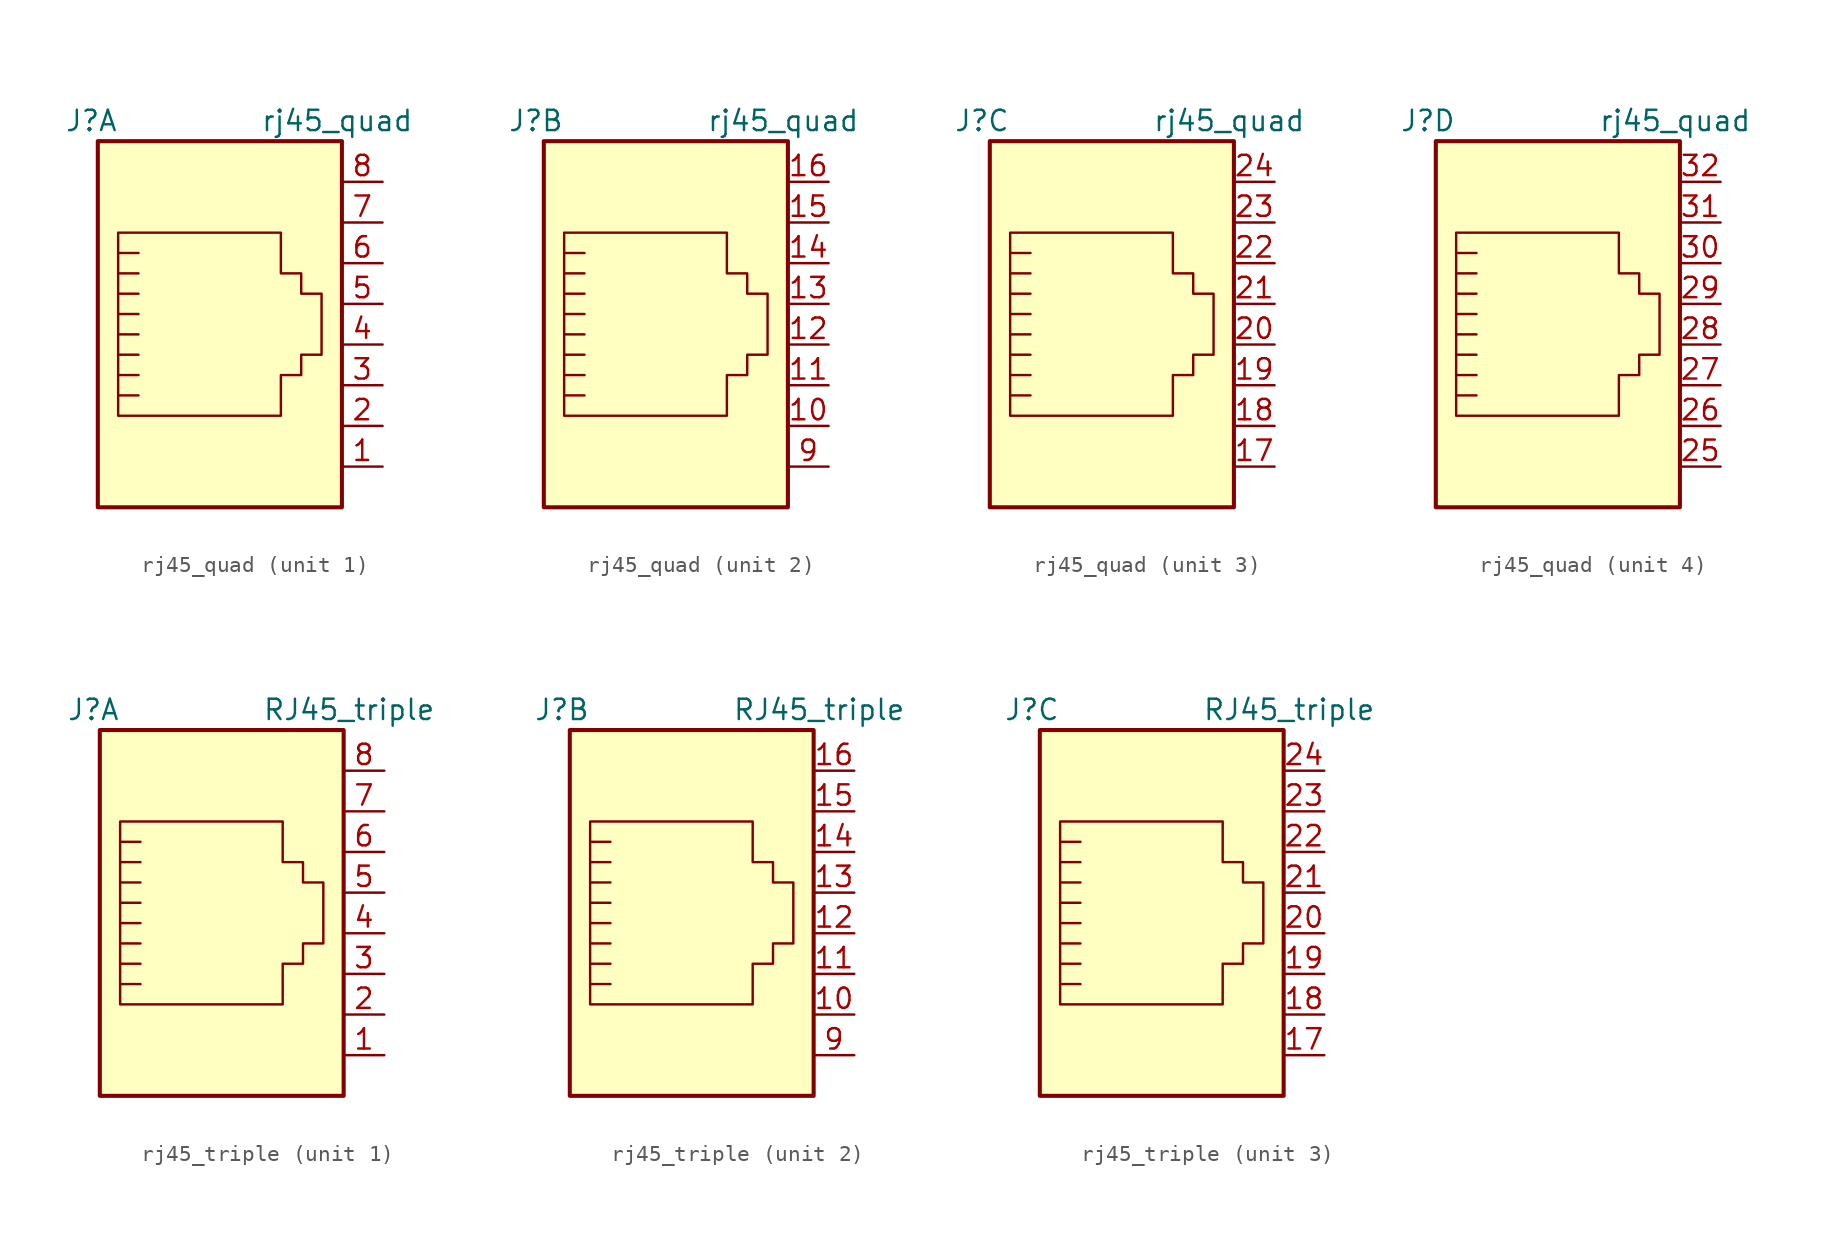
<source format=kicad_sym>
(kicad_symbol_lib
  (version 20220914)
  (generator kicad_symbol_editor)
  (symbol "rj45_quad"
    (pin_names
      (offset 1.016))
    (property "Reference" "J"
      (at -6.35 13.97 0)
      (effects (font (size 1.27 1.27)) (justify right)))
    (property "Value" "rj45_quad"
      (at 2.54 13.97 0)
      (effects (font (size 1.27 1.27)) (justify left)))
    (symbol "rj45_quad_0_1"
      (rectangle (start -7.62 12.7) (end 7.62 -10.16) (stroke (width 0.254) (type default)) (fill (type background)))
      (polyline (pts (xy -5.08 4.445) (xy -6.35 4.445)) (stroke (width 0) (type default)) (fill (type none)))
      (polyline (pts (xy -5.08 5.715) (xy -6.35 5.715)) (stroke (width 0) (type default)) (fill (type none)))
      (polyline (pts (xy -6.35 -3.175) (xy -5.08 -3.175) (xy -5.08 -3.175)) (stroke (width 0) (type default)) (fill (type none)))
      (polyline (pts (xy -6.35 -1.905) (xy -5.08 -1.905) (xy -5.08 -1.905)) (stroke (width 0) (type default)) (fill (type none)))
      (polyline (pts (xy -6.35 -0.635) (xy -5.08 -0.635) (xy -5.08 -0.635)) (stroke (width 0) (type default)) (fill (type none)))
      (polyline (pts (xy -6.35 0.635) (xy -5.08 0.635) (xy -5.08 0.635)) (stroke (width 0) (type default)) (fill (type none)))
      (polyline (pts (xy -6.35 1.905) (xy -5.08 1.905) (xy -5.08 1.905)) (stroke (width 0) (type default)) (fill (type none)))
      (polyline (pts (xy -5.08 3.175) (xy -6.35 3.175) (xy -6.35 3.175)) (stroke (width 0) (type default)) (fill (type none)))
      (polyline (pts (xy -6.35 -4.445) (xy -6.35 6.985) (xy 3.81 6.985) (xy 3.81 4.445) (xy 5.08 4.445) (xy 5.08 3.175) (xy 6.35 3.175) (xy 6.35 -0.635) (xy 5.08 -0.635) (xy 5.08 -1.905) (xy 3.81 -1.905) (xy 3.81 -4.445) (xy -6.35 -4.445) (xy -6.35 -4.445)) (stroke (width 0) (type default)) (fill (type none))))
    (symbol "rj45_quad_1_1"
      (pin passive line (at 10.16 -7.62 180) (length 2.54) (name "~" (effects (font (size 1.27 1.27)))) (number "1" (effects (font (size 1.27 1.27)))))
      (pin passive line (at 10.16 -5.08 180) (length 2.54) (name "~" (effects (font (size 1.27 1.27)))) (number "2" (effects (font (size 1.27 1.27)))))
      (pin passive line (at 10.16 -2.54 180) (length 2.54) (name "~" (effects (font (size 1.27 1.27)))) (number "3" (effects (font (size 1.27 1.27)))))
      (pin passive line (at 10.16 0 180) (length 2.54) (name "~" (effects (font (size 1.27 1.27)))) (number "4" (effects (font (size 1.27 1.27)))))
      (pin passive line (at 10.16 2.54 180) (length 2.54) (name "~" (effects (font (size 1.27 1.27)))) (number "5" (effects (font (size 1.27 1.27)))))
      (pin passive line (at 10.16 5.08 180) (length 2.54) (name "~" (effects (font (size 1.27 1.27)))) (number "6" (effects (font (size 1.27 1.27)))))
      (pin passive line (at 10.16 7.62 180) (length 2.54) (name "~" (effects (font (size 1.27 1.27)))) (number "7" (effects (font (size 1.27 1.27)))))
      (pin passive line (at 10.16 10.16 180) (length 2.54) (name "~" (effects (font (size 1.27 1.27)))) (number "8" (effects (font (size 1.27 1.27))))))
    (symbol "rj45_quad_2_1"
      (pin passive line (at 10.16 -5.08 180) (length 2.54) (name "~" (effects (font (size 1.27 1.27)))) (number "10" (effects (font (size 1.27 1.27)))))
      (pin passive line (at 10.16 -2.54 180) (length 2.54) (name "~" (effects (font (size 1.27 1.27)))) (number "11" (effects (font (size 1.27 1.27)))))
      (pin passive line (at 10.16 0 180) (length 2.54) (name "~" (effects (font (size 1.27 1.27)))) (number "12" (effects (font (size 1.27 1.27)))))
      (pin passive line (at 10.16 2.54 180) (length 2.54) (name "~" (effects (font (size 1.27 1.27)))) (number "13" (effects (font (size 1.27 1.27)))))
      (pin passive line (at 10.16 5.08 180) (length 2.54) (name "~" (effects (font (size 1.27 1.27)))) (number "14" (effects (font (size 1.27 1.27)))))
      (pin passive line (at 10.16 7.62 180) (length 2.54) (name "~" (effects (font (size 1.27 1.27)))) (number "15" (effects (font (size 1.27 1.27)))))
      (pin passive line (at 10.16 10.16 180) (length 2.54) (name "~" (effects (font (size 1.27 1.27)))) (number "16" (effects (font (size 1.27 1.27)))))
      (pin passive line (at 10.16 -7.62 180) (length 2.54) (name "~" (effects (font (size 1.27 1.27)))) (number "9" (effects (font (size 1.27 1.27))))))
    (symbol "rj45_quad_3_1"
      (pin passive line (at 10.16 -7.62 180) (length 2.54) (name "~" (effects (font (size 1.27 1.27)))) (number "17" (effects (font (size 1.27 1.27)))))
      (pin passive line (at 10.16 -5.08 180) (length 2.54) (name "~" (effects (font (size 1.27 1.27)))) (number "18" (effects (font (size 1.27 1.27)))))
      (pin passive line (at 10.16 -2.54 180) (length 2.54) (name "~" (effects (font (size 1.27 1.27)))) (number "19" (effects (font (size 1.27 1.27)))))
      (pin passive line (at 10.16 0 180) (length 2.54) (name "~" (effects (font (size 1.27 1.27)))) (number "20" (effects (font (size 1.27 1.27)))))
      (pin passive line (at 10.16 2.54 180) (length 2.54) (name "~" (effects (font (size 1.27 1.27)))) (number "21" (effects (font (size 1.27 1.27)))))
      (pin passive line (at 10.16 5.08 180) (length 2.54) (name "~" (effects (font (size 1.27 1.27)))) (number "22" (effects (font (size 1.27 1.27)))))
      (pin passive line (at 10.16 7.62 180) (length 2.54) (name "~" (effects (font (size 1.27 1.27)))) (number "23" (effects (font (size 1.27 1.27)))))
      (pin passive line (at 10.16 10.16 180) (length 2.54) (name "~" (effects (font (size 1.27 1.27)))) (number "24" (effects (font (size 1.27 1.27))))))
    (symbol "rj45_quad_4_1"
      (pin passive line (at 10.16 -7.62 180) (length 2.54) (name "~" (effects (font (size 1.27 1.27)))) (number "25" (effects (font (size 1.27 1.27)))))
      (pin passive line (at 10.16 -5.08 180) (length 2.54) (name "~" (effects (font (size 1.27 1.27)))) (number "26" (effects (font (size 1.27 1.27)))))
      (pin passive line (at 10.16 -2.54 180) (length 2.54) (name "~" (effects (font (size 1.27 1.27)))) (number "27" (effects (font (size 1.27 1.27)))))
      (pin passive line (at 10.16 0 180) (length 2.54) (name "~" (effects (font (size 1.27 1.27)))) (number "28" (effects (font (size 1.27 1.27)))))
      (pin passive line (at 10.16 2.54 180) (length 2.54) (name "~" (effects (font (size 1.27 1.27)))) (number "29" (effects (font (size 1.27 1.27)))))
      (pin passive line (at 10.16 5.08 180) (length 2.54) (name "~" (effects (font (size 1.27 1.27)))) (number "30" (effects (font (size 1.27 1.27)))))
      (pin passive line (at 10.16 7.62 180) (length 2.54) (name "~" (effects (font (size 1.27 1.27)))) (number "31" (effects (font (size 1.27 1.27)))))
      (pin passive line (at 10.16 10.16 180) (length 2.54) (name "~" (effects (font (size 1.27 1.27)))) (number "32" (effects (font (size 1.27 1.27)))))))
  (symbol "rj45_triple"
    (pin_names
      (offset 1.016))
    (property "Reference" "J"
      (at -6.35 13.97 0)
      (effects (font (size 1.27 1.27)) (justify right)))
    (property "Value" "RJ45_triple"
      (at 2.54 13.97 0)
      (effects (font (size 1.27 1.27)) (justify left)))
    (symbol "rj45_triple_0_1"
      (rectangle (start -7.62 12.7) (end 7.62 -10.16) (stroke (width 0.254) (type default)) (fill (type background)))
      (polyline (pts (xy -5.08 4.445) (xy -6.35 4.445)) (stroke (width 0) (type default)) (fill (type none)))
      (polyline (pts (xy -5.08 5.715) (xy -6.35 5.715)) (stroke (width 0) (type default)) (fill (type none)))
      (polyline (pts (xy -6.35 -3.175) (xy -5.08 -3.175) (xy -5.08 -3.175)) (stroke (width 0) (type default)) (fill (type none)))
      (polyline (pts (xy -6.35 -1.905) (xy -5.08 -1.905) (xy -5.08 -1.905)) (stroke (width 0) (type default)) (fill (type none)))
      (polyline (pts (xy -6.35 -0.635) (xy -5.08 -0.635) (xy -5.08 -0.635)) (stroke (width 0) (type default)) (fill (type none)))
      (polyline (pts (xy -6.35 0.635) (xy -5.08 0.635) (xy -5.08 0.635)) (stroke (width 0) (type default)) (fill (type none)))
      (polyline (pts (xy -6.35 1.905) (xy -5.08 1.905) (xy -5.08 1.905)) (stroke (width 0) (type default)) (fill (type none)))
      (polyline (pts (xy -5.08 3.175) (xy -6.35 3.175) (xy -6.35 3.175)) (stroke (width 0) (type default)) (fill (type none)))
      (polyline (pts (xy -6.35 -4.445) (xy -6.35 6.985) (xy 3.81 6.985) (xy 3.81 4.445) (xy 5.08 4.445) (xy 5.08 3.175) (xy 6.35 3.175) (xy 6.35 -0.635) (xy 5.08 -0.635) (xy 5.08 -1.905) (xy 3.81 -1.905) (xy 3.81 -4.445) (xy -6.35 -4.445) (xy -6.35 -4.445)) (stroke (width 0) (type default)) (fill (type none))))
    (symbol "rj45_triple_1_1"
      (pin passive line (at 10.16 -7.62 180) (length 2.54) (name "~" (effects (font (size 1.27 1.27)))) (number "1" (effects (font (size 1.27 1.27)))))
      (pin passive line (at 10.16 -5.08 180) (length 2.54) (name "~" (effects (font (size 1.27 1.27)))) (number "2" (effects (font (size 1.27 1.27)))))
      (pin passive line (at 10.16 -2.54 180) (length 2.54) (name "~" (effects (font (size 1.27 1.27)))) (number "3" (effects (font (size 1.27 1.27)))))
      (pin passive line (at 10.16 0 180) (length 2.54) (name "~" (effects (font (size 1.27 1.27)))) (number "4" (effects (font (size 1.27 1.27)))))
      (pin passive line (at 10.16 2.54 180) (length 2.54) (name "~" (effects (font (size 1.27 1.27)))) (number "5" (effects (font (size 1.27 1.27)))))
      (pin passive line (at 10.16 5.08 180) (length 2.54) (name "~" (effects (font (size 1.27 1.27)))) (number "6" (effects (font (size 1.27 1.27)))))
      (pin passive line (at 10.16 7.62 180) (length 2.54) (name "~" (effects (font (size 1.27 1.27)))) (number "7" (effects (font (size 1.27 1.27)))))
      (pin passive line (at 10.16 10.16 180) (length 2.54) (name "~" (effects (font (size 1.27 1.27)))) (number "8" (effects (font (size 1.27 1.27))))))
    (symbol "rj45_triple_2_1"
      (pin passive line (at 10.16 -5.08 180) (length 2.54) (name "~" (effects (font (size 1.27 1.27)))) (number "10" (effects (font (size 1.27 1.27)))))
      (pin passive line (at 10.16 -2.54 180) (length 2.54) (name "~" (effects (font (size 1.27 1.27)))) (number "11" (effects (font (size 1.27 1.27)))))
      (pin passive line (at 10.16 0 180) (length 2.54) (name "~" (effects (font (size 1.27 1.27)))) (number "12" (effects (font (size 1.27 1.27)))))
      (pin passive line (at 10.16 2.54 180) (length 2.54) (name "~" (effects (font (size 1.27 1.27)))) (number "13" (effects (font (size 1.27 1.27)))))
      (pin passive line (at 10.16 5.08 180) (length 2.54) (name "~" (effects (font (size 1.27 1.27)))) (number "14" (effects (font (size 1.27 1.27)))))
      (pin passive line (at 10.16 7.62 180) (length 2.54) (name "~" (effects (font (size 1.27 1.27)))) (number "15" (effects (font (size 1.27 1.27)))))
      (pin passive line (at 10.16 10.16 180) (length 2.54) (name "~" (effects (font (size 1.27 1.27)))) (number "16" (effects (font (size 1.27 1.27)))))
      (pin passive line (at 10.16 -7.62 180) (length 2.54) (name "~" (effects (font (size 1.27 1.27)))) (number "9" (effects (font (size 1.27 1.27))))))
    (symbol "rj45_triple_3_1"
      (pin passive line (at 10.16 -7.62 180) (length 2.54) (name "~" (effects (font (size 1.27 1.27)))) (number "17" (effects (font (size 1.27 1.27)))))
      (pin passive line (at 10.16 -5.08 180) (length 2.54) (name "~" (effects (font (size 1.27 1.27)))) (number "18" (effects (font (size 1.27 1.27)))))
      (pin passive line (at 10.16 -2.54 180) (length 2.54) (name "~" (effects (font (size 1.27 1.27)))) (number "19" (effects (font (size 1.27 1.27)))))
      (pin passive line (at 10.16 0 180) (length 2.54) (name "~" (effects (font (size 1.27 1.27)))) (number "20" (effects (font (size 1.27 1.27)))))
      (pin passive line (at 10.16 2.54 180) (length 2.54) (name "~" (effects (font (size 1.27 1.27)))) (number "21" (effects (font (size 1.27 1.27)))))
      (pin passive line (at 10.16 5.08 180) (length 2.54) (name "~" (effects (font (size 1.27 1.27)))) (number "22" (effects (font (size 1.27 1.27)))))
      (pin passive line (at 10.16 7.62 180) (length 2.54) (name "~" (effects (font (size 1.27 1.27)))) (number "23" (effects (font (size 1.27 1.27)))))
      (pin passive line (at 10.16 10.16 180) (length 2.54) (name "~" (effects (font (size 1.27 1.27)))) (number "24" (effects (font (size 1.27 1.27))))))))
</source>
